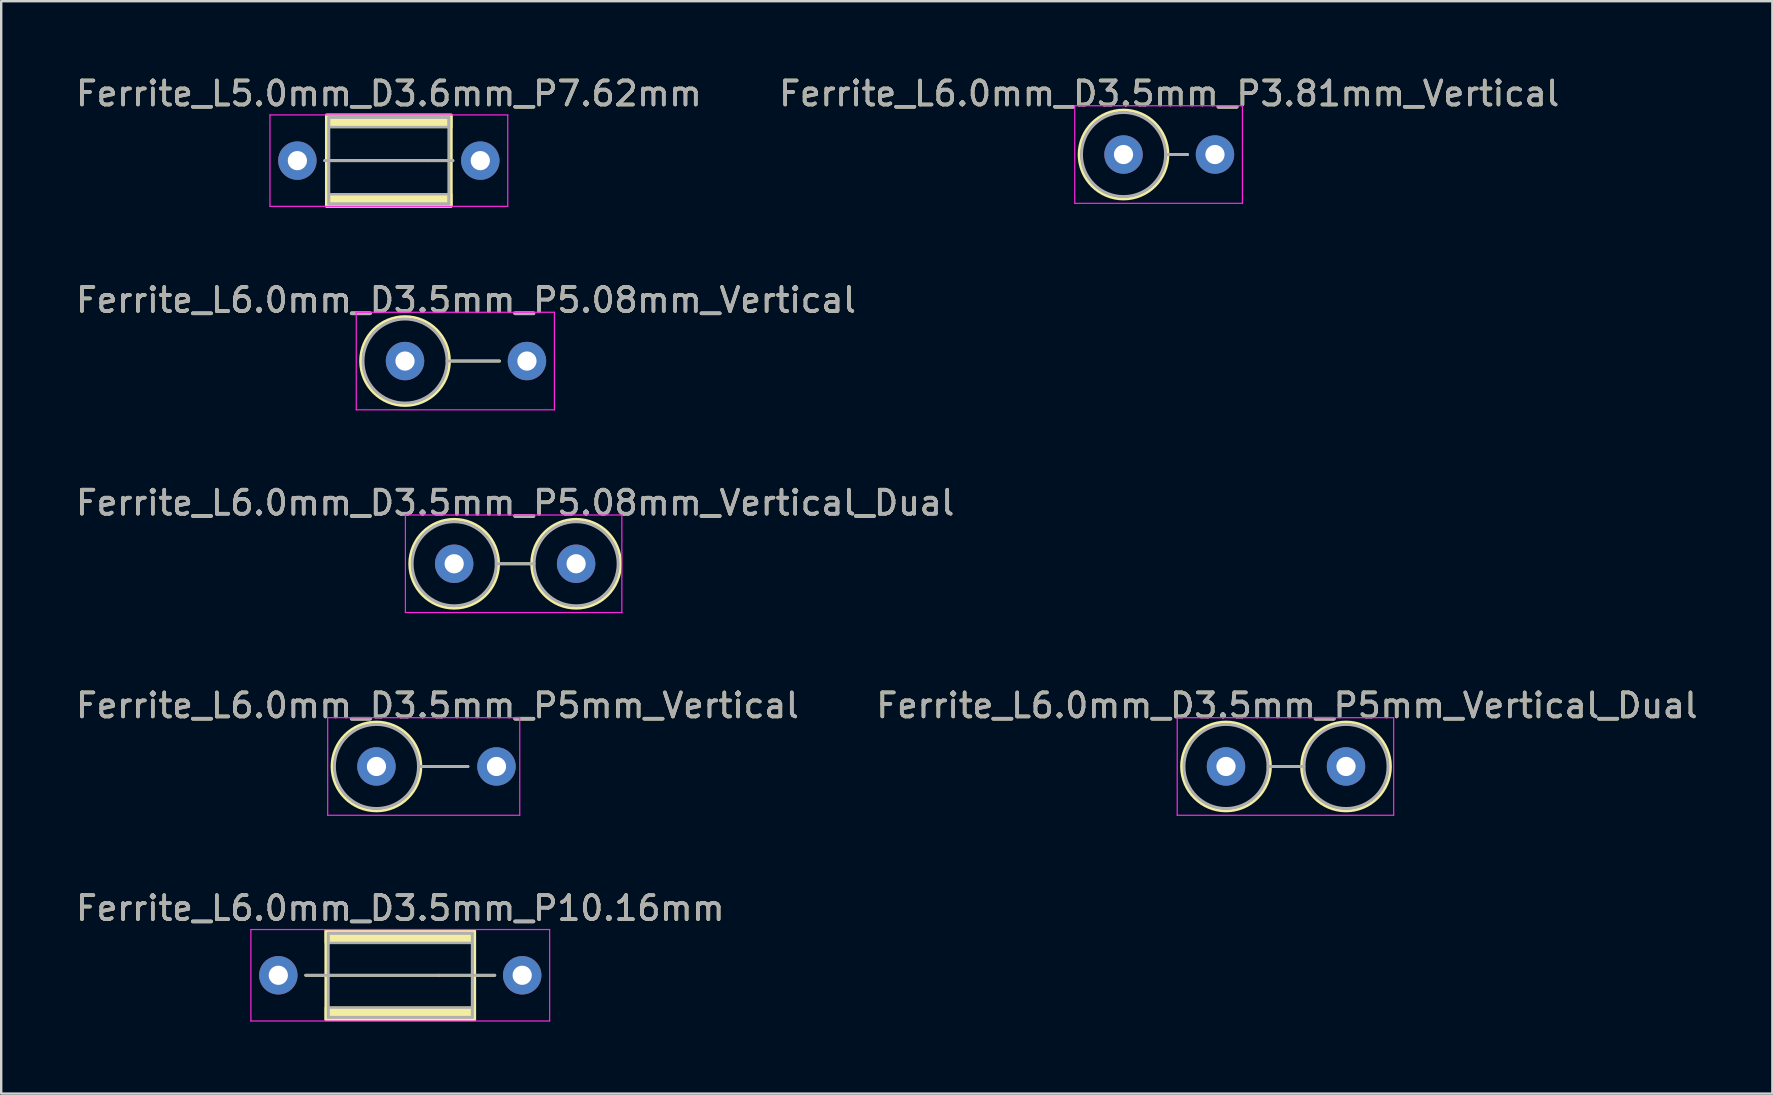
<source format=kicad_pcb>
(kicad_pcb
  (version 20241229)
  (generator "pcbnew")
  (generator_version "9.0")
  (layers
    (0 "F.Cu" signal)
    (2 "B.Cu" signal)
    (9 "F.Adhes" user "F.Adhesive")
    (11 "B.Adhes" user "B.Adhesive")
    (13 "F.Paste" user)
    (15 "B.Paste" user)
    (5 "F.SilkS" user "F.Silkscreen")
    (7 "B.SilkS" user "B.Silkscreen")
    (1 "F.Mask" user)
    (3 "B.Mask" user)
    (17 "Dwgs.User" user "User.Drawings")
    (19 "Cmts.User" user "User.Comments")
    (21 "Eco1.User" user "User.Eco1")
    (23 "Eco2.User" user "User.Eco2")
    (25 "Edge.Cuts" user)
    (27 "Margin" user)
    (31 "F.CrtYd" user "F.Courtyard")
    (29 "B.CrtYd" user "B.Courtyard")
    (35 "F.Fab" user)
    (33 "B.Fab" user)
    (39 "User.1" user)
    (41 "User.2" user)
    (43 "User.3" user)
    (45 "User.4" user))
  (footprint "Ferrite_L6.0mm_D3.5mm_P5.08mm_Vertical"
    (layer "F.Cu")
    (at 13.823 11.991)
    (property "Reference" "Ferrite_L6.0mm_D3.5mm_P5.08mm_Vertical" (at 2.54 -2.54 0) (layer "F.SilkS") (effects (font (size 1 1) (thickness 0.15))))
    (fp_line (start 1.85 0) (end 3.937 0) (stroke (width 0.12) (type solid)) (layer "F.SilkS"))
    (fp_circle (center 0 0) (end 0 -1.85) (stroke (width 0.12) (type solid)) (fill no) (layer "F.SilkS"))
    (fp_line (start -2.032 -2.032) (end 6.223 -2.032) (stroke (width 0.05) (type solid)) (layer "F.CrtYd"))
    (fp_line (start -2.032 2.032) (end -2.032 -2.032) (stroke (width 0.05) (type solid)) (layer "F.CrtYd"))
    (fp_line (start 6.223 -2.032) (end 6.223 2.032) (stroke (width 0.05) (type solid)) (layer "F.CrtYd"))
    (fp_line (start 6.223 2.032) (end -2.032 2.032) (stroke (width 0.05) (type solid)) (layer "F.CrtYd"))
    (fp_line (start 1.75 0) (end 3.937 0) (stroke (width 0.12) (type solid)) (layer "F.Fab"))
    (fp_circle (center 0 0) (end 0 -1.75) (stroke (width 0.12) (type solid)) (fill no) (layer "F.Fab"))
    (fp_text user "${REFERENCE}" (at 2.54 -2.539 0) (layer "F.Fab") (effects (font (size 1 1) (thickness 0.15))))
    (pad "1" thru_hole circle (at 0 0) (size 1.6 1.6) (drill 0.8) (layers "*.Cu" "*.Mask"))
    (pad "2" thru_hole circle (at 5.08 0) (size 1.6 1.6) (drill 0.8) (layers "*.Cu" "*.Mask")))
  (footprint "Ferrite_L6.0mm_D3.5mm_P10.16mm"
    (layer "F.Cu")
    (at 8.545 37.58)
    (property "Reference" "Ferrite_L6.0mm_D3.5mm_P10.16mm" (at 5.08 -2.794 0) (layer "F.SilkS") (effects (font (size 1 1) (thickness 0.15))))
    (fp_line (start 6.694 0.000002) (end 1.143 0) (stroke (width 0.12) (type solid)) (layer "F.SilkS"))
    (fp_line (start 6.694 0.000002) (end 9.017 0) (stroke (width 0.12) (type solid)) (layer "F.SilkS"))
    (fp_rect (start 1.98 -1.85) (end 8.18 1.85) (stroke (width 0.12) (type solid)) (fill no) (layer "F.SilkS"))
    (fp_poly (pts (xy 1.98 1.35) (xy 8.18 1.35) (xy 8.18 1.85) (xy 1.98 1.85)) (stroke (width 0.1) (type solid)) (fill yes) (layer "F.SilkS"))
    (fp_poly (pts (xy 8.18 -1.35) (xy 1.98 -1.35) (xy 1.98 -1.85) (xy 8.18 -1.85)) (stroke (width 0.1) (type solid)) (fill yes) (layer "F.SilkS"))
    (fp_line (start -1.143 -1.905) (end 11.303 -1.905) (stroke (width 0.05) (type solid)) (layer "F.CrtYd"))
    (fp_line (start -1.143 1.905) (end -1.143 -1.905) (stroke (width 0.05) (type solid)) (layer "F.CrtYd"))
    (fp_line (start 11.303 -1.905) (end 11.303 1.905) (stroke (width 0.05) (type solid)) (layer "F.CrtYd"))
    (fp_line (start 11.303 1.905) (end -1.143 1.905) (stroke (width 0.05) (type solid)) (layer "F.CrtYd"))
    (fp_line (start 2.08 -1.75) (end 8.08 -1.75) (stroke (width 0.12) (type solid)) (layer "F.Fab"))
    (fp_line (start 2.08 1.75) (end 2.08 -1.75) (stroke (width 0.12) (type solid)) (layer "F.Fab"))
    (fp_line (start 6.567 0.000002) (end 1.143 0) (stroke (width 0.12) (type solid)) (layer "F.Fab"))
    (fp_line (start 6.604 0) (end 9.017 0) (stroke (width 0.12) (type solid)) (layer "F.Fab"))
    (fp_line (start 8.08 -1.75) (end 8.08 1.75) (stroke (width 0.12) (type solid)) (layer "F.Fab"))
    (fp_line (start 8.08 1.75) (end 2.08 1.75) (stroke (width 0.12) (type solid)) (layer "F.Fab"))
    (fp_poly (pts (xy 2.08 1.35) (xy 8.08 1.35) (xy 8.08 1.75) (xy 2.08 1.75)) (stroke (width 0.1) (type solid)) (fill no) (layer "F.Fab"))
    (fp_poly (pts (xy 8.08 -1.35) (xy 2.08 -1.35) (xy 2.08 -1.75) (xy 8.08 -1.75)) (stroke (width 0.1) (type solid)) (fill no) (layer "F.Fab"))
    (fp_text user "${REFERENCE}" (at 5.08 -2.793 0) (layer "F.Fab") (effects (font (size 1 1) (thickness 0.15))))
    (pad "1" thru_hole circle (at 0 0) (size 1.6 1.6) (drill 0.8) (layers "*.Cu" "*.Mask"))
    (pad "2" thru_hole circle (at 10.16 0) (size 1.6 1.6) (drill 0.8) (layers "*.Cu" "*.Mask")))
  (footprint "Ferrite_L5.0mm_D3.6mm_P7.62mm"
    (layer "F.Cu")
    (at 9.339 3.642)
    (property "Reference" "Ferrite_L5.0mm_D3.6mm_P7.62mm" (at 3.81 -2.794 0) (layer "F.SilkS") (effects (font (size 1 1) (thickness 0.15))))
    (fp_line (start 5.424 0.000002) (end 1.143 0) (stroke (width 0.12) (type solid)) (layer "F.SilkS"))
    (fp_line (start 5.424 0.000002) (end 6.477 0) (stroke (width 0.12) (type solid)) (layer "F.SilkS"))
    (fp_rect (start 1.21 -1.9) (end 6.41 1.9) (stroke (width 0.12) (type solid)) (fill no) (layer "F.SilkS"))
    (fp_poly (pts (xy 1.21 1.4) (xy 6.41 1.4) (xy 6.41 1.9) (xy 1.21 1.9)) (stroke (width 0.1) (type solid)) (fill yes) (layer "F.SilkS"))
    (fp_poly (pts (xy 6.41 -1.4) (xy 1.21 -1.4) (xy 1.21 -1.9) (xy 6.41 -1.9)) (stroke (width 0.1) (type solid)) (fill yes) (layer "F.SilkS"))
    (fp_line (start -1.143 -1.905) (end 8.763 -1.905) (stroke (width 0.05) (type solid)) (layer "F.CrtYd"))
    (fp_line (start -1.143 1.905) (end -1.143 -1.905) (stroke (width 0.05) (type solid)) (layer "F.CrtYd"))
    (fp_line (start 8.763 -1.905) (end 8.763 1.905) (stroke (width 0.05) (type solid)) (layer "F.CrtYd"))
    (fp_line (start 8.763 1.905) (end -1.143 1.905) (stroke (width 0.05) (type solid)) (layer "F.CrtYd"))
    (fp_line (start 1.31 -1.8) (end 6.31 -1.8) (stroke (width 0.12) (type solid)) (layer "F.Fab"))
    (fp_line (start 1.31 1.8) (end 1.31 -1.8) (stroke (width 0.12) (type solid)) (layer "F.Fab"))
    (fp_line (start 5.424 0.000002) (end 1.143 0) (stroke (width 0.12) (type solid)) (layer "F.Fab"))
    (fp_line (start 5.424 0.000002) (end 6.477 0) (stroke (width 0.12) (type solid)) (layer "F.Fab"))
    (fp_line (start 6.31 -1.8) (end 6.31 1.8) (stroke (width 0.12) (type solid)) (layer "F.Fab"))
    (fp_line (start 6.31 1.8) (end 1.31 1.8) (stroke (width 0.12) (type solid)) (layer "F.Fab"))
    (fp_poly (pts (xy 1.31 1.4) (xy 6.31 1.4) (xy 6.31 1.8) (xy 1.31 1.8)) (stroke (width 0.1) (type solid)) (fill no) (layer "F.Fab"))
    (fp_poly (pts (xy 6.31 -1.4) (xy 1.31 -1.4) (xy 1.31 -1.8) (xy 6.31 -1.8)) (stroke (width 0.1) (type solid)) (fill no) (layer "F.Fab"))
    (fp_text user "${REFERENCE}" (at 3.81 -2.793 0) (layer "F.Fab") (effects (font (size 1 1) (thickness 0.15))))
    (pad "1" thru_hole circle (at 0 0) (size 1.6 1.6) (drill 0.8) (layers "*.Cu" "*.Mask"))
    (pad "2" thru_hole circle (at 7.62 0) (size 1.6 1.6) (drill 0.8) (layers "*.Cu" "*.Mask")))
  (footprint "Ferrite_L6.0mm_D3.5mm_P3.81mm_Vertical"
    (layer "F.Cu")
    (at 43.756 3.388)
    (property "Reference" "Ferrite_L6.0mm_D3.5mm_P3.81mm_Vertical" (at 1.905 -2.54 0) (layer "F.SilkS") (effects (font (size 1 1) (thickness 0.15))))
    (fp_line (start 1.85 0) (end 2.667 0) (stroke (width 0.12) (type solid)) (layer "F.SilkS"))
    (fp_circle (center 0 0) (end 0 -1.85) (stroke (width 0.12) (type solid)) (fill no) (layer "F.SilkS"))
    (fp_line (start -2.032 -2.032) (end 4.953 -2.032) (stroke (width 0.05) (type solid)) (layer "F.CrtYd"))
    (fp_line (start -2.032 2.032) (end -2.032 -2.032) (stroke (width 0.05) (type solid)) (layer "F.CrtYd"))
    (fp_line (start 4.953 -2.032) (end 4.953 2.032) (stroke (width 0.05) (type solid)) (layer "F.CrtYd"))
    (fp_line (start 4.953 2.032) (end -2.032 2.032) (stroke (width 0.05) (type solid)) (layer "F.CrtYd"))
    (fp_line (start 1.75 0) (end 2.667 0) (stroke (width 0.12) (type solid)) (layer "F.Fab"))
    (fp_circle (center 0 0) (end 0 -1.75) (stroke (width 0.12) (type solid)) (fill no) (layer "F.Fab"))
    (fp_text user "${REFERENCE}" (at 1.905 -2.539 0) (layer "F.Fab") (effects (font (size 1 1) (thickness 0.15))))
    (pad "1" thru_hole circle (at 0 0) (size 1.6 1.6) (drill 0.8) (layers "*.Cu" "*.Mask"))
    (pad "2" thru_hole circle (at 3.81 0) (size 1.6 1.6) (drill 0.8) (layers "*.Cu" "*.Mask")))
  (footprint "Ferrite_L6.0mm_D3.5mm_P5.08mm_Vertical_Dual"
    (layer "F.Cu")
    (at 15.871 20.436)
    (property "Reference" "Ferrite_L6.0mm_D3.5mm_P5.08mm_Vertical_Dual" (at 2.54 -2.54 0) (layer "F.SilkS") (effects (font (size 1 1) (thickness 0.15))))
    (fp_line (start 1.85 0) (end 3.23 0) (stroke (width 0.12) (type solid)) (layer "F.SilkS"))
    (fp_circle (center 0 0) (end 0 -1.85) (stroke (width 0.12) (type solid)) (fill no) (layer "F.SilkS"))
    (fp_circle (center 5.08 0) (end 5.08 -1.85) (stroke (width 0.12) (type solid)) (fill no) (layer "F.SilkS"))
    (fp_line (start -2.032 -2.032) (end 6.985 -2.032) (stroke (width 0.05) (type solid)) (layer "F.CrtYd"))
    (fp_line (start -2.032 2.032) (end -2.032 -2.032) (stroke (width 0.05) (type solid)) (layer "F.CrtYd"))
    (fp_line (start 6.985 -2.032) (end 6.985 2.032) (stroke (width 0.05) (type solid)) (layer "F.CrtYd"))
    (fp_line (start 6.985 2.032) (end -2.032 2.032) (stroke (width 0.05) (type solid)) (layer "F.CrtYd"))
    (fp_line (start 1.75 0) (end 3.33 0) (stroke (width 0.12) (type solid)) (layer "F.Fab"))
    (fp_circle (center 0 0) (end 0 -1.75) (stroke (width 0.12) (type solid)) (fill no) (layer "F.Fab"))
    (fp_circle (center 5.08 0) (end 5.08 -1.75) (stroke (width 0.12) (type solid)) (fill no) (layer "F.Fab"))
    (fp_text user "${REFERENCE}" (at 2.54 -2.539 0) (layer "F.Fab") (effects (font (size 1 1) (thickness 0.15))))
    (pad "1" thru_hole circle (at 0 0) (size 1.6 1.6) (drill 0.8) (layers "*.Cu" "*.Mask"))
    (pad "2" thru_hole circle (at 5.08 0) (size 1.6 1.6) (drill 0.8) (layers "*.Cu" "*.Mask")))
  (footprint "Ferrite_L6.0mm_D3.5mm_P5mm_Vertical_Dual"
    (layer "F.Cu")
    (at 48.025 28.881)
    (property "Reference" "Ferrite_L6.0mm_D3.5mm_P5mm_Vertical_Dual" (at 2.54 -2.54 0) (layer "F.SilkS") (effects (font (size 1 1) (thickness 0.15))))
    (fp_line (start 1.85 0) (end 3.15 0) (stroke (width 0.12) (type solid)) (layer "F.SilkS"))
    (fp_circle (center 0 0) (end 0 -1.85) (stroke (width 0.12) (type solid)) (fill no) (layer "F.SilkS"))
    (fp_circle (center 5 0) (end 5 -1.85) (stroke (width 0.12) (type solid)) (fill no) (layer "F.SilkS"))
    (fp_line (start -2.032 -2.032) (end 6.985 -2.032) (stroke (width 0.05) (type solid)) (layer "F.CrtYd"))
    (fp_line (start -2.032 2.032) (end -2.032 -2.032) (stroke (width 0.05) (type solid)) (layer "F.CrtYd"))
    (fp_line (start 6.985 -2.032) (end 6.985 2.032) (stroke (width 0.05) (type solid)) (layer "F.CrtYd"))
    (fp_line (start 6.985 2.032) (end -2.032 2.032) (stroke (width 0.05) (type solid)) (layer "F.CrtYd"))
    (fp_line (start 1.75 0) (end 3.25 0) (stroke (width 0.12) (type solid)) (layer "F.Fab"))
    (fp_circle (center 0 0) (end 0 -1.75) (stroke (width 0.12) (type solid)) (fill no) (layer "F.Fab"))
    (fp_circle (center 5 0) (end 5 -1.75) (stroke (width 0.12) (type solid)) (fill no) (layer "F.Fab"))
    (fp_text user "${REFERENCE}" (at 2.54 -2.539 0) (layer "F.Fab") (effects (font (size 1 1) (thickness 0.15))))
    (pad "1" thru_hole circle (at 0 0) (size 1.6 1.6) (drill 0.8) (layers "*.Cu" "*.Mask"))
    (pad "2" thru_hole circle (at 5 0) (size 1.6 1.6) (drill 0.8) (layers "*.Cu" "*.Mask")))
  (footprint "Ferrite_L6.0mm_D3.5mm_P5mm_Vertical"
    (layer "F.Cu")
    (at 12.633 28.881)
    (property "Reference" "Ferrite_L6.0mm_D3.5mm_P5mm_Vertical" (at 2.54 -2.54 0) (layer "F.SilkS") (effects (font (size 1 1) (thickness 0.15))))
    (fp_line (start 1.85 0) (end 3.81 0) (stroke (width 0.12) (type solid)) (layer "F.SilkS"))
    (fp_circle (center 0 0) (end 0 -1.85) (stroke (width 0.12) (type solid)) (fill no) (layer "F.SilkS"))
    (fp_line (start -2.032 -2.032) (end 5.969 -2.032) (stroke (width 0.05) (type solid)) (layer "F.CrtYd"))
    (fp_line (start -2.032 2.032) (end -2.032 -2.032) (stroke (width 0.05) (type solid)) (layer "F.CrtYd"))
    (fp_line (start 5.969 -2.032) (end 5.969 2.032) (stroke (width 0.05) (type solid)) (layer "F.CrtYd"))
    (fp_line (start 5.969 2.032) (end -2.032 2.032) (stroke (width 0.05) (type solid)) (layer "F.CrtYd"))
    (fp_line (start 1.75 0) (end 3.81 0) (stroke (width 0.12) (type solid)) (layer "F.Fab"))
    (fp_circle (center 0 0) (end 0 -1.75) (stroke (width 0.12) (type solid)) (fill no) (layer "F.Fab"))
    (fp_text user "${REFERENCE}" (at 2.54 -2.539 0) (layer "F.Fab") (effects (font (size 1 1) (thickness 0.15))))
    (pad "1" thru_hole circle (at 0 0) (size 1.6 1.6) (drill 0.8) (layers "*.Cu" "*.Mask"))
    (pad "2" thru_hole circle (at 5 0) (size 1.6 1.6) (drill 0.8) (layers "*.Cu" "*.Mask")))
  (gr_rect
    (start -3 -3)
    (end 70.786 42.51)
    (stroke (width 0.1) (type default))
    (fill no)
    (layer "Edge.Cuts")))
</source>
